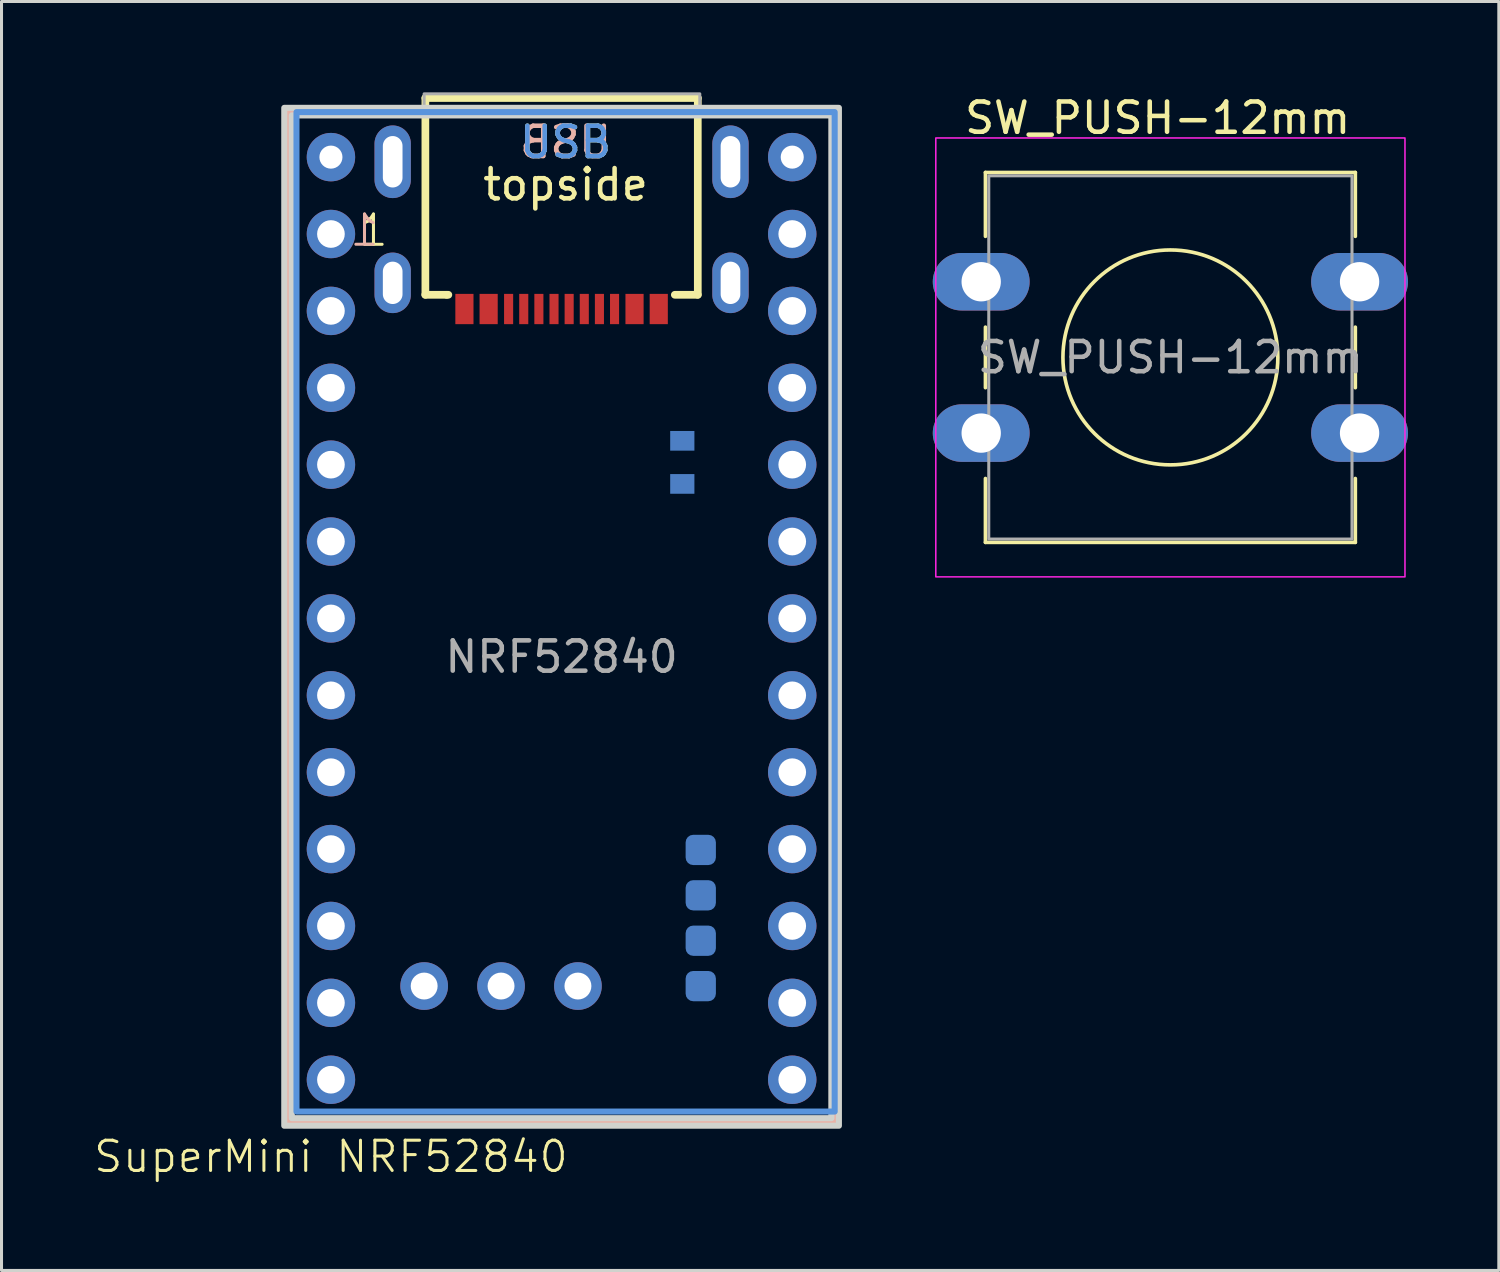
<source format=kicad_pcb>
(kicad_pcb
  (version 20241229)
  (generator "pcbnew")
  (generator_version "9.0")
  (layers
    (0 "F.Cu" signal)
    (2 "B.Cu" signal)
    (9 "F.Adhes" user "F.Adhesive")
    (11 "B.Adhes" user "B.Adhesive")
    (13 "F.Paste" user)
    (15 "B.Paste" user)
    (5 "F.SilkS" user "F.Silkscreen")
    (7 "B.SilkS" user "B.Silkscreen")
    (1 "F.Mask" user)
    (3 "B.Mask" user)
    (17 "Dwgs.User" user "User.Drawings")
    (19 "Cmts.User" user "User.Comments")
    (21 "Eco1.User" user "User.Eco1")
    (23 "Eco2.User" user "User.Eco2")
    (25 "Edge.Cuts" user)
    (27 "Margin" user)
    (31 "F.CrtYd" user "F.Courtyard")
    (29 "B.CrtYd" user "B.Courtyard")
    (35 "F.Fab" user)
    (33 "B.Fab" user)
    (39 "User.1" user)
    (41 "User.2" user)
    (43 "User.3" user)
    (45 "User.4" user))
  (footprint "SuperMini NRF52840"
    (layer "F.Cu")
    (at 7.883 2.141)
    (property "Reference" "SuperMini NRF52840" (at 0 33.02 0) (unlocked yes) (layer "F.SilkS") (effects (font (size 1 1) (thickness 0.1))))
    (attr through_hole)
    (fp_line (start 3.116 4.548) (end 3.824 4.548) (stroke (width 0.254) (type solid)) (layer "F.SilkS"))
    (fp_line (start 3.12 -1.952) (end 3.12 4.548) (stroke (width 0.254) (type solid)) (layer "F.SilkS"))
    (fp_line (start 3.12 -1.952) (end 3.17 -1.952) (stroke (width 0.254) (type solid)) (layer "F.SilkS"))
    (fp_line (start 3.17 -1.952) (end 12.12 -1.952) (stroke (width 0.254) (type solid)) (layer "F.SilkS"))
    (fp_line (start 3.824 4.548) (end 3.879 4.548) (stroke (width 0.254) (type solid)) (layer "F.SilkS"))
    (fp_line (start 11.361 4.548) (end 12.12 4.548) (stroke (width 0.254) (type solid)) (layer "F.SilkS"))
    (fp_line (start 12.12 -1.952) (end 12.12 4.548) (stroke (width 0.254) (type solid)) (layer "F.SilkS"))
    (fp_rect (start 16.642 -1.488) (end -1.402 31.85) (stroke (width 0.2) (type default)) (fill no) (layer "B.SilkS"))
    (fp_rect (start 16.642 -1.488) (end -1.138 31.532) (stroke (width 0.2) (type solid)) (fill no) (layer "Cmts.User"))
    (fp_line (start 3.15 -1.947) (end 3.15 4.553) (stroke (width 0.051) (type solid)) (layer "Eco1.User"))
    (fp_line (start 3.15 -1.947) (end 12.09 -1.947) (stroke (width 0.051) (type solid)) (layer "Eco1.User"))
    (fp_line (start 3.15 4.553) (end 12.09 4.553) (stroke (width 0.051) (type solid)) (layer "Eco1.User"))
    (fp_line (start 12.09 -1.947) (end 12.09 4.553) (stroke (width 0.051) (type solid)) (layer "Eco1.User"))
    (fp_rect (start 16.532 -1.378) (end -1.292 31.75) (stroke (width 0.2) (type default)) (fill no) (layer "Edge.Cuts"))
    (fp_rect (start 16.782 -1.628) (end -1.542 32) (stroke (width 0.2) (type default)) (fill no) (layer "Edge.Cuts"))
    (fp_rect (start 3.079 -1.398) (end 12.186 -2.091) (stroke (width 0.1) (type default)) (fill no) (layer "F.Fab"))
    (fp_circle (center 4.42 4.898) (end 4.57 4.898) (stroke (width 0.3) (type solid)) (fill no) (layer "User.6"))
    (fp_text user "USB" (at 7.752 0.092 0) (unlocked yes) (layer "F.SilkS") (effects (font (size 1 1) (thickness 0.15)) (justify bottom)))
    (fp_text user "topside" (at 7.752 1.492 0) (unlocked yes) (layer "F.SilkS") (effects (font (size 1 1) (thickness 0.15)) (justify bottom)))
    (fp_text user "1" (at 0.863 3.007 0) (unlocked yes) (layer "F.SilkS") (effects (font (size 1 1) (thickness 0.1)) (justify left bottom)))
    (fp_text user "USB" (at 7.752 0.092 0) (unlocked yes) (layer "B.SilkS") (effects (font (size 1 1) (thickness 0.15)) (justify bottom mirror)))
    (fp_text user "1" (at 1.651 3.006 0) (unlocked yes) (layer "B.SilkS") (effects (font (size 1 1) (thickness 0.1)) (justify left bottom mirror)))
    (fp_text user "USB" (at 7.752 0.092 0) (layer "Cmts.User") (effects (font (size 1 1) (thickness 0.15)) (justify bottom)))
    (fp_text user "NRF52840" (at 7.62 16.51 0) (unlocked yes) (layer "F.Fab") (effects (font (size 1 1) (thickness 0.15))))
    (pad "0" smd roundrect (at 12.218 22.888 90) (size 1 1) (layers "B.Cu" "B.Mask" "B.Paste") (roundrect_rratio 0.25))
    (pad "0" smd roundrect (at 12.218 24.387 270) (size 1 1) (layers "B.Cu" "B.Mask" "B.Paste") (roundrect_rratio 0.25))
    (pad "0" smd roundrect (at 12.218 25.887 270) (size 1 1) (layers "B.Cu" "B.Mask" "B.Paste") (roundrect_rratio 0.25))
    (pad "0" smd roundrect (at 12.218 27.387 90) (size 1 1) (layers "B.Cu" "B.Mask" "B.Paste") (roundrect_rratio 0.25))
    (pad "1" thru_hole circle (at 0 2.54 90) (size 1.6 1.6) (drill 0.914) (layers "*.Cu" "*.Mask"))
    (pad "1" smd rect (at 11.608 10.796) (size 0.8 0.65) (layers "B.Cu" "B.Mask" "B.Paste"))
    (pad "2" thru_hole circle (at 0 5.08 90) (size 1.6 1.6) (drill 0.914) (layers "*.Cu" "*.Mask"))
    (pad "2" smd rect (at 11.608 9.372) (size 0.8 0.65) (layers "B.Cu" "B.Mask" "B.Paste"))
    (pad "3" thru_hole circle (at 0 7.62 90) (size 1.6 1.6) (drill 0.914) (layers "*.Cu" "*.Mask"))
    (pad "4" thru_hole circle (at 0 10.16 90) (size 1.6 1.6) (drill 0.914) (layers "*.Cu" "*.Mask"))
    (pad "5" thru_hole circle (at 0 12.7 90) (size 1.6 1.6) (drill 0.914) (layers "*.Cu" "*.Mask"))
    (pad "6" thru_hole circle (at 0 15.24 90) (size 1.6 1.6) (drill 0.914) (layers "*.Cu" "*.Mask"))
    (pad "7" thru_hole circle (at 0 17.78 90) (size 1.6 1.6) (drill 0.914) (layers "*.Cu" "*.Mask"))
    (pad "8" thru_hole circle (at 0 20.32 90) (size 1.6 1.6) (drill 0.914) (layers "*.Cu" "*.Mask"))
    (pad "9" thru_hole circle (at 0 22.86 90) (size 1.6 1.6) (drill 0.914) (layers "*.Cu" "*.Mask"))
    (pad "10" thru_hole circle (at 0 25.4 90) (size 1.6 1.6) (drill 0.914) (layers "*.Cu" "*.Mask"))
    (pad "11" thru_hole circle (at 0 27.94 90) (size 1.6 1.6) (drill 0.914) (layers "*.Cu" "*.Mask"))
    (pad "12" thru_hole circle (at 0 30.48 90) (size 1.6 1.6) (drill 0.914) (layers "*.Cu" "*.Mask"))
    (pad "13" thru_hole circle (at 15.24 2.54 270) (size 1.6 1.6) (drill 0.914) (layers "*.Cu" "*.Mask"))
    (pad "14" thru_hole circle (at 15.24 5.08 270) (size 1.6 1.6) (drill 0.914) (layers "*.Cu" "*.Mask"))
    (pad "15" thru_hole oval (at 13.2 0.153 180) (size 1.2 2.4) (drill oval 0.65 1.7) (layers "*.Cu" "*.Mask"))
    (pad "15" thru_hole circle (at 15.24 7.62 270) (size 1.6 1.6) (drill 0.914) (layers "*.Cu" "*.Mask"))
    (pad "16" thru_hole circle (at 15.24 10.16 270) (size 1.6 1.6) (drill 0.914) (layers "*.Cu" "*.Mask"))
    (pad "17" thru_hole circle (at 15.24 12.7 270) (size 1.6 1.6) (drill 0.914) (layers "*.Cu" "*.Mask"))
    (pad "18" thru_hole circle (at 15.24 15.24 270) (size 1.6 1.6) (drill 0.914) (layers "*.Cu" "*.Mask"))
    (pad "19" thru_hole circle (at 15.24 17.78 270) (size 1.6 1.6) (drill 0.914) (layers "*.Cu" "*.Mask"))
    (pad "20" thru_hole circle (at 15.24 20.32 270) (size 1.6 1.6) (drill 0.914) (layers "*.Cu" "*.Mask"))
    (pad "21" thru_hole circle (at 15.24 22.86 270) (size 1.6 1.6) (drill 0.914) (layers "*.Cu" "*.Mask"))
    (pad "22" thru_hole circle (at 15.24 25.4 270) (size 1.6 1.6) (drill 0.914) (layers "*.Cu" "*.Mask"))
    (pad "23" thru_hole circle (at 15.24 27.94 270) (size 1.6 1.6) (drill 0.914) (layers "*.Cu" "*.Mask"))
    (pad "24" thru_hole circle (at 15.24 30.48 270) (size 1.6 1.6) (drill 0.914) (layers "*.Cu" "*.Mask"))
    (pad "25" thru_hole circle (at 3.08 27.385 270) (size 1.575 1.575) (drill 0.889) (layers "*.Cu" "*.Mask"))
    (pad "26" thru_hole circle (at 5.62 27.385 270) (size 1.575 1.575) (drill 0.889) (layers "*.Cu" "*.Mask"))
    (pad "27" thru_hole circle (at 8.16 27.385 270) (size 1.575 1.575) (drill 0.889) (layers "*.Cu" "*.Mask"))
    (pad "28" thru_hole circle (at 0 0 90) (size 1.6 1.6) (drill 0.762) (layers "*.Cu" "*.Mask"))
    (pad "29" thru_hole circle (at 15.24 -0.00001 270) (size 1.6 1.6) (drill 0.762) (layers "*.Cu" "*.Mask"))
    (pad "30" thru_hole oval (at 2.04 4.153 180) (size 1.2 2) (drill oval 0.65 1.4) (layers "*.Cu" "*.Mask"))
    (pad "31" thru_hole oval (at 2.04 0.153 180) (size 1.2 2.4) (drill oval 0.65 1.7) (layers "*.Cu" "*.Mask"))
    (pad "32" thru_hole oval (at 13.2 4.153 180) (size 1.2 2) (drill oval 0.65 1.4) (layers "*.Cu" "*.Mask"))
    (pad "A5" smd rect (at 8.87 5.018 180) (size 0.3 1) (layers "F.Cu" "F.Mask" "F.Paste"))
    (pad "A6" smd rect (at 7.87 5.018 180) (size 0.3 1) (layers "F.Cu" "F.Mask" "F.Paste"))
    (pad "A7" smd rect (at 7.37 5.018 180) (size 0.3 1) (layers "F.Cu" "F.Mask" "F.Paste"))
    (pad "A8" smd rect (at 6.37 5.018 180) (size 0.3 1) (layers "F.Cu" "F.Mask" "F.Paste"))
    (pad "A9B4" smd rect (at 5.21 5.018 180) (size 0.6 1) (layers "F.Cu" "F.Mask" "F.Paste"))
    (pad "A12B1" smd rect (at 4.41 5.018 180) (size 0.6 1) (layers "F.Cu" "F.Mask" "F.Paste"))
    (pad "B5" smd rect (at 5.87 5.018 180) (size 0.3 1) (layers "F.Cu" "F.Mask" "F.Paste"))
    (pad "B6" smd rect (at 6.87 5.018 180) (size 0.3 1) (layers "F.Cu" "F.Mask" "F.Paste"))
    (pad "B7" smd rect (at 8.37 5.018 180) (size 0.3 1) (layers "F.Cu" "F.Mask" "F.Paste"))
    (pad "B8" smd rect (at 9.37 5.018 180) (size 0.3 1) (layers "F.Cu" "F.Mask" "F.Paste"))
    (pad "B9A4" smd rect (at 10.03 5.018) (size 0.6 1) (layers "F.Cu" "F.Mask" "F.Paste"))
    (pad "B12A1" smd rect (at 10.83 5.018) (size 0.6 1) (layers "F.Cu" "F.Mask" "F.Paste"))
    (zone (net_name "") (layers "F.Cu" "B.Cu") (hatch edge 0.5) (connect_pads) (min_thickness 0.25) (filled_areas_thickness no) (keepout (tracks not_allowed) (vias not_allowed) (pads not_allowed) (copperpour not_allowed) (footprints allowed)) (placement (enabled no)) (fill) (polygon (pts (xy 11.126 6.505) (xy 11.087 6.565) (xy 11.022 6.595) (xy 10.951 6.584) (xy 10.897 6.538) (xy 10.877 6.469) (xy 10.877 0.188) (xy 10.882 0.152) (xy 10.921 0.092) (xy 10.986 0.062) (xy 11.057 0.072) (xy 11.111 0.119) (xy 11.131 0.188) (xy 11.131 6.469))))
    (zone (net_name "") (layers "F.Cu" "B.Cu") (hatch edge 0.5) (connect_pads) (min_thickness 0.25) (filled_areas_thickness no) (keepout (tracks not_allowed) (vias not_allowed) (pads not_allowed) (copperpour not_allowed) (footprints allowed)) (placement (enabled no)) (fill) (polygon (pts (xy 11.126 6.505) (xy 11.087 6.565) (xy 11.022 6.595) (xy 10.951 6.584) (xy 10.897 6.538) (xy 10.877 6.469) (xy 10.877 0.188) (xy 10.882 0.152) (xy 10.921 0.092) (xy 10.986 0.062) (xy 11.057 0.072) (xy 11.111 0.119) (xy 11.131 0.188) (xy 11.131 6.469))))
    (zone (net_name "") (layers "F.Cu" "B.Cu") (hatch edge 0.5) (connect_pads) (min_thickness 0.25) (filled_areas_thickness no) (keepout (tracks not_allowed) (vias not_allowed) (pads not_allowed) (copperpour not_allowed) (footprints allowed)) (placement (enabled no)) (fill) (polygon (pts (xy 20.039 6.347) (xy 20.099 6.386) (xy 20.129 6.451) (xy 20.119 6.522) (xy 20.072 6.576) (xy 20.003 6.596) (xy 11.004 6.596) (xy 10.968 6.591) (xy 10.908 6.552) (xy 10.878 6.487) (xy 10.888 6.416) (xy 10.935 6.362) (xy 11.004 6.342) (xy 20.003 6.342))))
    (zone (net_name "") (layers "F.Cu" "B.Cu") (hatch edge 0.5) (connect_pads) (min_thickness 0.25) (filled_areas_thickness no) (keepout (tracks not_allowed) (vias not_allowed) (pads not_allowed) (copperpour not_allowed) (footprints allowed)) (placement (enabled no)) (fill) (polygon (pts (xy 20.039 6.347) (xy 20.099 6.386) (xy 20.129 6.451) (xy 20.119 6.522) (xy 20.072 6.576) (xy 20.003 6.596) (xy 11.004 6.596) (xy 10.968 6.591) (xy 10.908 6.552) (xy 10.878 6.487) (xy 10.888 6.416) (xy 10.935 6.362) (xy 11.004 6.342) (xy 20.003 6.342))))
    (zone (net_name "") (layers "F.Cu" "B.Cu") (hatch edge 0.5) (connect_pads) (min_thickness 0.25) (filled_areas_thickness no) (keepout (tracks not_allowed) (vias not_allowed) (pads not_allowed) (copperpour not_allowed) (footprints allowed)) (placement (enabled no)) (fill) (polygon (pts (xy 20.125 6.505) (xy 20.086 6.565) (xy 20.021 6.595) (xy 19.95 6.584) (xy 19.896 6.538) (xy 19.876 6.469) (xy 19.876 0.188) (xy 19.881 0.152) (xy 19.92 0.092) (xy 19.985 0.062) (xy 20.056 0.072) (xy 20.11 0.119) (xy 20.13 0.188) (xy 20.13 6.469))))
    (zone (net_name "") (layers "F.Cu" "B.Cu") (hatch edge 0.5) (connect_pads) (min_thickness 0.25) (filled_areas_thickness no) (keepout (tracks not_allowed) (vias not_allowed) (pads not_allowed) (copperpour not_allowed) (footprints allowed)) (placement (enabled no)) (fill) (polygon (pts (xy 20.125 6.505) (xy 20.086 6.565) (xy 20.021 6.595) (xy 19.95 6.584) (xy 19.896 6.538) (xy 19.876 6.469) (xy 19.876 0.188) (xy 19.881 0.152) (xy 19.92 0.092) (xy 19.985 0.062) (xy 20.056 0.072) (xy 20.11 0.119) (xy 20.13 0.188) (xy 20.13 6.469)))))
  (footprint "SW_PUSH-12mm"
    (layer "F.Cu")
    (at 29.366 6.258)
    (property "Reference" "SW_PUSH-12mm" (at 5.83 -5.41 0) (layer "F.SilkS") (effects (font (size 1 1) (thickness 0.15))))
    (attr through_hole)
    (fp_line (start 0.14 -3.61) (end 0.14 -1.5) (stroke (width 0.12) (type default)) (layer "F.SilkS"))
    (fp_line (start 0.14 -3.61) (end 12.36 -3.61) (stroke (width 0.12) (type default)) (layer "F.SilkS"))
    (fp_line (start 0.14 1.5) (end 0.14 3.5) (stroke (width 0.12) (type default)) (layer "F.SilkS"))
    (fp_line (start 0.14 6.5) (end 0.14 8.61) (stroke (width 0.12) (type default)) (layer "F.SilkS"))
    (fp_line (start 12.36 -3.61) (end 12.36 -1.5) (stroke (width 0.12) (type default)) (layer "F.SilkS"))
    (fp_line (start 12.36 1.5) (end 12.36 3.5) (stroke (width 0.12) (type default)) (layer "F.SilkS"))
    (fp_line (start 12.36 6.5) (end 12.36 8.61) (stroke (width 0.12) (type default)) (layer "F.SilkS"))
    (fp_line (start 12.36 8.61) (end 0.14 8.61) (stroke (width 0.12) (type default)) (layer "F.SilkS"))
    (fp_circle (center 6.25 2.5) (end 9.8 2.5) (stroke (width 0.12) (type default)) (fill no) (layer "F.SilkS"))
    (fp_rect (start -1.5 -4.75) (end 14 9.75) (stroke (width 0.05) (type default)) (fill no) (layer "F.CrtYd"))
    (fp_rect (start 0.25 -3.5) (end 12.25 8.5) (stroke (width 0.1) (type default)) (fill no) (layer "F.Fab"))
    (fp_text user "${REFERENCE}" (at 6.25 2.5 0) (layer "F.Fab") (effects (font (size 1 1) (thickness 0.15))))
    (pad "1" thru_hole oval (at 0 0) (size 3.2 1.9) (drill 1.3) (layers "*.Cu" "*.Mask"))
    (pad "1" thru_hole oval (at 12.5 0) (size 3.2 1.9) (drill 1.3) (layers "*.Cu" "*.Mask"))
    (pad "2" thru_hole oval (at 0 5) (size 3.2 1.9) (drill 1.3) (layers "*.Cu" "*.Mask"))
    (pad "2" thru_hole oval (at 12.5 5) (size 3.2 1.9) (drill 1.3) (layers "*.Cu" "*.Mask")))
  (gr_rect
    (start -3 -3)
    (end 46.466 38.922)
    (stroke (width 0.1) (type default))
    (fill no)
    (layer "Edge.Cuts")))
</source>
